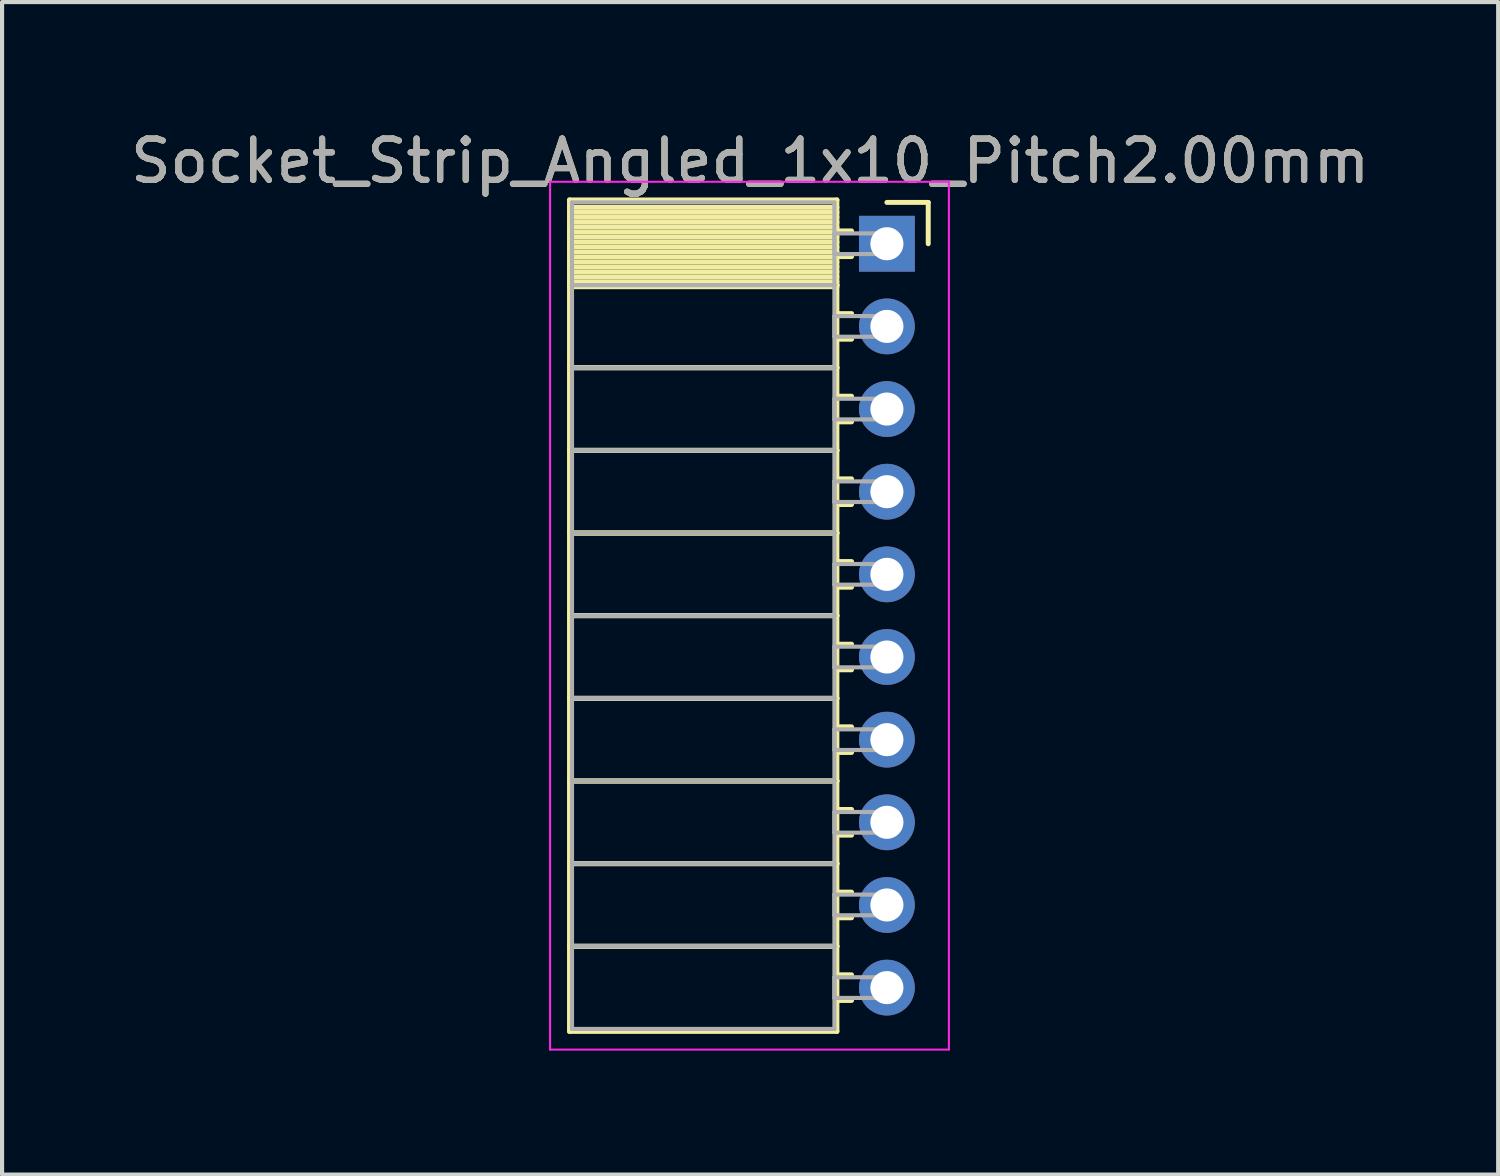
<source format=kicad_pcb>
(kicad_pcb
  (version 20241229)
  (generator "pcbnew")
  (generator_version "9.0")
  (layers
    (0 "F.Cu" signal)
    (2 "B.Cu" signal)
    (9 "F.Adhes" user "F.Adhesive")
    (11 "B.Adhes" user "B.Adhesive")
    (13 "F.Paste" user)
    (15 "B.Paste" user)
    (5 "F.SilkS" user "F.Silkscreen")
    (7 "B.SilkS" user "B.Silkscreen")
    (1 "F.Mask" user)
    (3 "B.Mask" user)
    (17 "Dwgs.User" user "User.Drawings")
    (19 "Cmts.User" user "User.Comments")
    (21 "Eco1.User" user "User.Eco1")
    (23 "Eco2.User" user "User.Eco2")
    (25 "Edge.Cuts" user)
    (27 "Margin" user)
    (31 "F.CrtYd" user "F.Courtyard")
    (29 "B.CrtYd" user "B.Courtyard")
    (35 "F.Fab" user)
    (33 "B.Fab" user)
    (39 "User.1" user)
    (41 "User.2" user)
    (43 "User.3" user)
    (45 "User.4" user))
  (footprint "Socket_Strip_Angled_1x10_Pitch2.00mm"
    (layer "F.Cu")
    (at 18.411 2.848)
    (property "Reference" "Socket_Strip_Angled_1x10_Pitch2.00mm" (at -3.31 -2 0) (layer "F.SilkS") (effects (font (size 1 1) (thickness 0.15))))
    (attr through_hole)
    (fp_line (start -7.68 -1.06) (end -1.21 -1.06) (stroke (width 0.12) (type solid)) (layer "F.SilkS"))
    (fp_line (start -7.68 1) (end -7.68 -1.06) (stroke (width 0.12) (type solid)) (layer "F.SilkS"))
    (fp_line (start -7.68 1) (end -1.21 1) (stroke (width 0.12) (type solid)) (layer "F.SilkS"))
    (fp_line (start -7.68 3) (end -7.68 1) (stroke (width 0.12) (type solid)) (layer "F.SilkS"))
    (fp_line (start -7.68 3) (end -1.21 3) (stroke (width 0.12) (type solid)) (layer "F.SilkS"))
    (fp_line (start -7.68 5) (end -7.68 3) (stroke (width 0.12) (type solid)) (layer "F.SilkS"))
    (fp_line (start -7.68 5) (end -1.21 5) (stroke (width 0.12) (type solid)) (layer "F.SilkS"))
    (fp_line (start -7.68 7) (end -7.68 5) (stroke (width 0.12) (type solid)) (layer "F.SilkS"))
    (fp_line (start -7.68 7) (end -1.21 7) (stroke (width 0.12) (type solid)) (layer "F.SilkS"))
    (fp_line (start -7.68 9) (end -7.68 7) (stroke (width 0.12) (type solid)) (layer "F.SilkS"))
    (fp_line (start -7.68 9) (end -1.21 9) (stroke (width 0.12) (type solid)) (layer "F.SilkS"))
    (fp_line (start -7.68 11) (end -7.68 9) (stroke (width 0.12) (type solid)) (layer "F.SilkS"))
    (fp_line (start -7.68 11) (end -1.21 11) (stroke (width 0.12) (type solid)) (layer "F.SilkS"))
    (fp_line (start -7.68 13) (end -7.68 11) (stroke (width 0.12) (type solid)) (layer "F.SilkS"))
    (fp_line (start -7.68 13) (end -1.21 13) (stroke (width 0.12) (type solid)) (layer "F.SilkS"))
    (fp_line (start -7.68 15) (end -7.68 13) (stroke (width 0.12) (type solid)) (layer "F.SilkS"))
    (fp_line (start -7.68 15) (end -1.21 15) (stroke (width 0.12) (type solid)) (layer "F.SilkS"))
    (fp_line (start -7.68 17) (end -7.68 15) (stroke (width 0.12) (type solid)) (layer "F.SilkS"))
    (fp_line (start -7.68 17) (end -1.21 17) (stroke (width 0.12) (type solid)) (layer "F.SilkS"))
    (fp_line (start -7.68 19.06) (end -7.68 17) (stroke (width 0.12) (type solid)) (layer "F.SilkS"))
    (fp_line (start -1.21 -1.06) (end -1.21 1) (stroke (width 0.12) (type solid)) (layer "F.SilkS"))
    (fp_line (start -1.21 -0.88) (end -7.68 -0.88) (stroke (width 0.12) (type solid)) (layer "F.SilkS"))
    (fp_line (start -1.21 -0.76) (end -7.68 -0.76) (stroke (width 0.12) (type solid)) (layer "F.SilkS"))
    (fp_line (start -1.21 -0.64) (end -7.68 -0.64) (stroke (width 0.12) (type solid)) (layer "F.SilkS"))
    (fp_line (start -1.21 -0.52) (end -7.68 -0.52) (stroke (width 0.12) (type solid)) (layer "F.SilkS"))
    (fp_line (start -1.21 -0.4) (end -7.68 -0.4) (stroke (width 0.12) (type solid)) (layer "F.SilkS"))
    (fp_line (start -1.21 -0.28) (end -7.68 -0.28) (stroke (width 0.12) (type solid)) (layer "F.SilkS"))
    (fp_line (start -1.21 -0.16) (end -7.68 -0.16) (stroke (width 0.12) (type solid)) (layer "F.SilkS"))
    (fp_line (start -1.21 -0.04) (end -7.68 -0.04) (stroke (width 0.12) (type solid)) (layer "F.SilkS"))
    (fp_line (start -1.21 0.08) (end -7.68 0.08) (stroke (width 0.12) (type solid)) (layer "F.SilkS"))
    (fp_line (start -1.21 0.2) (end -7.68 0.2) (stroke (width 0.12) (type solid)) (layer "F.SilkS"))
    (fp_line (start -1.21 0.32) (end -7.68 0.32) (stroke (width 0.12) (type solid)) (layer "F.SilkS"))
    (fp_line (start -1.21 0.44) (end -7.68 0.44) (stroke (width 0.12) (type solid)) (layer "F.SilkS"))
    (fp_line (start -1.21 0.56) (end -7.68 0.56) (stroke (width 0.12) (type solid)) (layer "F.SilkS"))
    (fp_line (start -1.21 0.68) (end -7.68 0.68) (stroke (width 0.12) (type solid)) (layer "F.SilkS"))
    (fp_line (start -1.21 0.8) (end -7.68 0.8) (stroke (width 0.12) (type solid)) (layer "F.SilkS"))
    (fp_line (start -1.21 0.92) (end -7.68 0.92) (stroke (width 0.12) (type solid)) (layer "F.SilkS"))
    (fp_line (start -1.21 1) (end -7.68 1) (stroke (width 0.12) (type solid)) (layer "F.SilkS"))
    (fp_line (start -1.21 1) (end -1.21 3) (stroke (width 0.12) (type solid)) (layer "F.SilkS"))
    (fp_line (start -1.21 1.04) (end -7.68 1.04) (stroke (width 0.12) (type solid)) (layer "F.SilkS"))
    (fp_line (start -1.21 3) (end -7.68 3) (stroke (width 0.12) (type solid)) (layer "F.SilkS"))
    (fp_line (start -1.21 3) (end -1.21 5) (stroke (width 0.12) (type solid)) (layer "F.SilkS"))
    (fp_line (start -1.21 5) (end -7.68 5) (stroke (width 0.12) (type solid)) (layer "F.SilkS"))
    (fp_line (start -1.21 5) (end -1.21 7) (stroke (width 0.12) (type solid)) (layer "F.SilkS"))
    (fp_line (start -1.21 7) (end -7.68 7) (stroke (width 0.12) (type solid)) (layer "F.SilkS"))
    (fp_line (start -1.21 7) (end -1.21 9) (stroke (width 0.12) (type solid)) (layer "F.SilkS"))
    (fp_line (start -1.21 9) (end -7.68 9) (stroke (width 0.12) (type solid)) (layer "F.SilkS"))
    (fp_line (start -1.21 9) (end -1.21 11) (stroke (width 0.12) (type solid)) (layer "F.SilkS"))
    (fp_line (start -1.21 11) (end -7.68 11) (stroke (width 0.12) (type solid)) (layer "F.SilkS"))
    (fp_line (start -1.21 11) (end -1.21 13) (stroke (width 0.12) (type solid)) (layer "F.SilkS"))
    (fp_line (start -1.21 13) (end -7.68 13) (stroke (width 0.12) (type solid)) (layer "F.SilkS"))
    (fp_line (start -1.21 13) (end -1.21 15) (stroke (width 0.12) (type solid)) (layer "F.SilkS"))
    (fp_line (start -1.21 15) (end -7.68 15) (stroke (width 0.12) (type solid)) (layer "F.SilkS"))
    (fp_line (start -1.21 15) (end -1.21 17) (stroke (width 0.12) (type solid)) (layer "F.SilkS"))
    (fp_line (start -1.21 17) (end -7.68 17) (stroke (width 0.12) (type solid)) (layer "F.SilkS"))
    (fp_line (start -1.21 17) (end -1.21 19.06) (stroke (width 0.12) (type solid)) (layer "F.SilkS"))
    (fp_line (start -1.21 19.06) (end -7.68 19.06) (stroke (width 0.12) (type solid)) (layer "F.SilkS"))
    (fp_line (start -0.855 -0.31) (end -1.21 -0.31) (stroke (width 0.12) (type solid)) (layer "F.SilkS"))
    (fp_line (start -0.855 0.31) (end -1.21 0.31) (stroke (width 0.12) (type solid)) (layer "F.SilkS"))
    (fp_line (start -0.855 1.69) (end -1.21 1.69) (stroke (width 0.12) (type solid)) (layer "F.SilkS"))
    (fp_line (start -0.855 2.31) (end -1.21 2.31) (stroke (width 0.12) (type solid)) (layer "F.SilkS"))
    (fp_line (start -0.855 3.69) (end -1.21 3.69) (stroke (width 0.12) (type solid)) (layer "F.SilkS"))
    (fp_line (start -0.855 4.31) (end -1.21 4.31) (stroke (width 0.12) (type solid)) (layer "F.SilkS"))
    (fp_line (start -0.855 5.69) (end -1.21 5.69) (stroke (width 0.12) (type solid)) (layer "F.SilkS"))
    (fp_line (start -0.855 6.31) (end -1.21 6.31) (stroke (width 0.12) (type solid)) (layer "F.SilkS"))
    (fp_line (start -0.855 7.69) (end -1.21 7.69) (stroke (width 0.12) (type solid)) (layer "F.SilkS"))
    (fp_line (start -0.855 8.31) (end -1.21 8.31) (stroke (width 0.12) (type solid)) (layer "F.SilkS"))
    (fp_line (start -0.855 9.69) (end -1.21 9.69) (stroke (width 0.12) (type solid)) (layer "F.SilkS"))
    (fp_line (start -0.855 10.31) (end -1.21 10.31) (stroke (width 0.12) (type solid)) (layer "F.SilkS"))
    (fp_line (start -0.855 11.69) (end -1.21 11.69) (stroke (width 0.12) (type solid)) (layer "F.SilkS"))
    (fp_line (start -0.855 12.31) (end -1.21 12.31) (stroke (width 0.12) (type solid)) (layer "F.SilkS"))
    (fp_line (start -0.855 13.69) (end -1.21 13.69) (stroke (width 0.12) (type solid)) (layer "F.SilkS"))
    (fp_line (start -0.855 14.31) (end -1.21 14.31) (stroke (width 0.12) (type solid)) (layer "F.SilkS"))
    (fp_line (start -0.855 15.69) (end -1.21 15.69) (stroke (width 0.12) (type solid)) (layer "F.SilkS"))
    (fp_line (start -0.855 16.31) (end -1.21 16.31) (stroke (width 0.12) (type solid)) (layer "F.SilkS"))
    (fp_line (start -0.855 17.69) (end -1.21 17.69) (stroke (width 0.12) (type solid)) (layer "F.SilkS"))
    (fp_line (start -0.855 18.31) (end -1.21 18.31) (stroke (width 0.12) (type solid)) (layer "F.SilkS"))
    (fp_line (start 0 -1) (end 1 -1) (stroke (width 0.12) (type solid)) (layer "F.SilkS"))
    (fp_line (start 1 -1) (end 1 0) (stroke (width 0.12) (type solid)) (layer "F.SilkS"))
    (fp_line (start -8.15 -1.5) (end 1.5 -1.5) (stroke (width 0.05) (type solid)) (layer "F.CrtYd"))
    (fp_line (start -8.15 19.5) (end -8.15 -1.5) (stroke (width 0.05) (type solid)) (layer "F.CrtYd"))
    (fp_line (start 1.5 -1.5) (end 1.5 19.5) (stroke (width 0.05) (type solid)) (layer "F.CrtYd"))
    (fp_line (start 1.5 19.5) (end -8.15 19.5) (stroke (width 0.05) (type solid)) (layer "F.CrtYd"))
    (fp_line (start -7.62 -1) (end -1.27 -1) (stroke (width 0.1) (type solid)) (layer "F.Fab"))
    (fp_line (start -7.62 1) (end -7.62 -1) (stroke (width 0.1) (type solid)) (layer "F.Fab"))
    (fp_line (start -7.62 1) (end -1.27 1) (stroke (width 0.1) (type solid)) (layer "F.Fab"))
    (fp_line (start -7.62 3) (end -7.62 1) (stroke (width 0.1) (type solid)) (layer "F.Fab"))
    (fp_line (start -7.62 3) (end -1.27 3) (stroke (width 0.1) (type solid)) (layer "F.Fab"))
    (fp_line (start -7.62 5) (end -7.62 3) (stroke (width 0.1) (type solid)) (layer "F.Fab"))
    (fp_line (start -7.62 5) (end -1.27 5) (stroke (width 0.1) (type solid)) (layer "F.Fab"))
    (fp_line (start -7.62 7) (end -7.62 5) (stroke (width 0.1) (type solid)) (layer "F.Fab"))
    (fp_line (start -7.62 7) (end -1.27 7) (stroke (width 0.1) (type solid)) (layer "F.Fab"))
    (fp_line (start -7.62 9) (end -7.62 7) (stroke (width 0.1) (type solid)) (layer "F.Fab"))
    (fp_line (start -7.62 9) (end -1.27 9) (stroke (width 0.1) (type solid)) (layer "F.Fab"))
    (fp_line (start -7.62 11) (end -7.62 9) (stroke (width 0.1) (type solid)) (layer "F.Fab"))
    (fp_line (start -7.62 11) (end -1.27 11) (stroke (width 0.1) (type solid)) (layer "F.Fab"))
    (fp_line (start -7.62 13) (end -7.62 11) (stroke (width 0.1) (type solid)) (layer "F.Fab"))
    (fp_line (start -7.62 13) (end -1.27 13) (stroke (width 0.1) (type solid)) (layer "F.Fab"))
    (fp_line (start -7.62 15) (end -7.62 13) (stroke (width 0.1) (type solid)) (layer "F.Fab"))
    (fp_line (start -7.62 15) (end -1.27 15) (stroke (width 0.1) (type solid)) (layer "F.Fab"))
    (fp_line (start -7.62 17) (end -7.62 15) (stroke (width 0.1) (type solid)) (layer "F.Fab"))
    (fp_line (start -7.62 17) (end -1.27 17) (stroke (width 0.1) (type solid)) (layer "F.Fab"))
    (fp_line (start -7.62 19) (end -7.62 17) (stroke (width 0.1) (type solid)) (layer "F.Fab"))
    (fp_line (start -1.27 -1) (end -1.27 1) (stroke (width 0.1) (type solid)) (layer "F.Fab"))
    (fp_line (start -1.27 -0.25) (end 0 -0.25) (stroke (width 0.1) (type solid)) (layer "F.Fab"))
    (fp_line (start -1.27 0.25) (end -1.27 -0.25) (stroke (width 0.1) (type solid)) (layer "F.Fab"))
    (fp_line (start -1.27 1) (end -7.62 1) (stroke (width 0.1) (type solid)) (layer "F.Fab"))
    (fp_line (start -1.27 1) (end -1.27 3) (stroke (width 0.1) (type solid)) (layer "F.Fab"))
    (fp_line (start -1.27 1.75) (end 0 1.75) (stroke (width 0.1) (type solid)) (layer "F.Fab"))
    (fp_line (start -1.27 2.25) (end -1.27 1.75) (stroke (width 0.1) (type solid)) (layer "F.Fab"))
    (fp_line (start -1.27 3) (end -7.62 3) (stroke (width 0.1) (type solid)) (layer "F.Fab"))
    (fp_line (start -1.27 3) (end -1.27 5) (stroke (width 0.1) (type solid)) (layer "F.Fab"))
    (fp_line (start -1.27 3.75) (end 0 3.75) (stroke (width 0.1) (type solid)) (layer "F.Fab"))
    (fp_line (start -1.27 4.25) (end -1.27 3.75) (stroke (width 0.1) (type solid)) (layer "F.Fab"))
    (fp_line (start -1.27 5) (end -7.62 5) (stroke (width 0.1) (type solid)) (layer "F.Fab"))
    (fp_line (start -1.27 5) (end -1.27 7) (stroke (width 0.1) (type solid)) (layer "F.Fab"))
    (fp_line (start -1.27 5.75) (end 0 5.75) (stroke (width 0.1) (type solid)) (layer "F.Fab"))
    (fp_line (start -1.27 6.25) (end -1.27 5.75) (stroke (width 0.1) (type solid)) (layer "F.Fab"))
    (fp_line (start -1.27 7) (end -7.62 7) (stroke (width 0.1) (type solid)) (layer "F.Fab"))
    (fp_line (start -1.27 7) (end -1.27 9) (stroke (width 0.1) (type solid)) (layer "F.Fab"))
    (fp_line (start -1.27 7.75) (end 0 7.75) (stroke (width 0.1) (type solid)) (layer "F.Fab"))
    (fp_line (start -1.27 8.25) (end -1.27 7.75) (stroke (width 0.1) (type solid)) (layer "F.Fab"))
    (fp_line (start -1.27 9) (end -7.62 9) (stroke (width 0.1) (type solid)) (layer "F.Fab"))
    (fp_line (start -1.27 9) (end -1.27 11) (stroke (width 0.1) (type solid)) (layer "F.Fab"))
    (fp_line (start -1.27 9.75) (end 0 9.75) (stroke (width 0.1) (type solid)) (layer "F.Fab"))
    (fp_line (start -1.27 10.25) (end -1.27 9.75) (stroke (width 0.1) (type solid)) (layer "F.Fab"))
    (fp_line (start -1.27 11) (end -7.62 11) (stroke (width 0.1) (type solid)) (layer "F.Fab"))
    (fp_line (start -1.27 11) (end -1.27 13) (stroke (width 0.1) (type solid)) (layer "F.Fab"))
    (fp_line (start -1.27 11.75) (end 0 11.75) (stroke (width 0.1) (type solid)) (layer "F.Fab"))
    (fp_line (start -1.27 12.25) (end -1.27 11.75) (stroke (width 0.1) (type solid)) (layer "F.Fab"))
    (fp_line (start -1.27 13) (end -7.62 13) (stroke (width 0.1) (type solid)) (layer "F.Fab"))
    (fp_line (start -1.27 13) (end -1.27 15) (stroke (width 0.1) (type solid)) (layer "F.Fab"))
    (fp_line (start -1.27 13.75) (end 0 13.75) (stroke (width 0.1) (type solid)) (layer "F.Fab"))
    (fp_line (start -1.27 14.25) (end -1.27 13.75) (stroke (width 0.1) (type solid)) (layer "F.Fab"))
    (fp_line (start -1.27 15) (end -7.62 15) (stroke (width 0.1) (type solid)) (layer "F.Fab"))
    (fp_line (start -1.27 15) (end -1.27 17) (stroke (width 0.1) (type solid)) (layer "F.Fab"))
    (fp_line (start -1.27 15.75) (end 0 15.75) (stroke (width 0.1) (type solid)) (layer "F.Fab"))
    (fp_line (start -1.27 16.25) (end -1.27 15.75) (stroke (width 0.1) (type solid)) (layer "F.Fab"))
    (fp_line (start -1.27 17) (end -7.62 17) (stroke (width 0.1) (type solid)) (layer "F.Fab"))
    (fp_line (start -1.27 17) (end -1.27 19) (stroke (width 0.1) (type solid)) (layer "F.Fab"))
    (fp_line (start -1.27 17.75) (end 0 17.75) (stroke (width 0.1) (type solid)) (layer "F.Fab"))
    (fp_line (start -1.27 18.25) (end -1.27 17.75) (stroke (width 0.1) (type solid)) (layer "F.Fab"))
    (fp_line (start -1.27 19) (end -7.62 19) (stroke (width 0.1) (type solid)) (layer "F.Fab"))
    (fp_line (start 0 -0.25) (end 0 0.25) (stroke (width 0.1) (type solid)) (layer "F.Fab"))
    (fp_line (start 0 0.25) (end -1.27 0.25) (stroke (width 0.1) (type solid)) (layer "F.Fab"))
    (fp_line (start 0 1.75) (end 0 2.25) (stroke (width 0.1) (type solid)) (layer "F.Fab"))
    (fp_line (start 0 2.25) (end -1.27 2.25) (stroke (width 0.1) (type solid)) (layer "F.Fab"))
    (fp_line (start 0 3.75) (end 0 4.25) (stroke (width 0.1) (type solid)) (layer "F.Fab"))
    (fp_line (start 0 4.25) (end -1.27 4.25) (stroke (width 0.1) (type solid)) (layer "F.Fab"))
    (fp_line (start 0 5.75) (end 0 6.25) (stroke (width 0.1) (type solid)) (layer "F.Fab"))
    (fp_line (start 0 6.25) (end -1.27 6.25) (stroke (width 0.1) (type solid)) (layer "F.Fab"))
    (fp_line (start 0 7.75) (end 0 8.25) (stroke (width 0.1) (type solid)) (layer "F.Fab"))
    (fp_line (start 0 8.25) (end -1.27 8.25) (stroke (width 0.1) (type solid)) (layer "F.Fab"))
    (fp_line (start 0 9.75) (end 0 10.25) (stroke (width 0.1) (type solid)) (layer "F.Fab"))
    (fp_line (start 0 10.25) (end -1.27 10.25) (stroke (width 0.1) (type solid)) (layer "F.Fab"))
    (fp_line (start 0 11.75) (end 0 12.25) (stroke (width 0.1) (type solid)) (layer "F.Fab"))
    (fp_line (start 0 12.25) (end -1.27 12.25) (stroke (width 0.1) (type solid)) (layer "F.Fab"))
    (fp_line (start 0 13.75) (end 0 14.25) (stroke (width 0.1) (type solid)) (layer "F.Fab"))
    (fp_line (start 0 14.25) (end -1.27 14.25) (stroke (width 0.1) (type solid)) (layer "F.Fab"))
    (fp_line (start 0 15.75) (end 0 16.25) (stroke (width 0.1) (type solid)) (layer "F.Fab"))
    (fp_line (start 0 16.25) (end -1.27 16.25) (stroke (width 0.1) (type solid)) (layer "F.Fab"))
    (fp_line (start 0 17.75) (end 0 18.25) (stroke (width 0.1) (type solid)) (layer "F.Fab"))
    (fp_line (start 0 18.25) (end -1.27 18.25) (stroke (width 0.1) (type solid)) (layer "F.Fab"))
    (fp_text user "${REFERENCE}" (at -3.31 -2 0) (layer "F.Fab") (effects (font (size 1 1) (thickness 0.15))))
    (pad "1" thru_hole rect (at 0 0) (size 1.35 1.35) (drill 0.8) (layers "*.Cu" "*.Mask"))
    (pad "2" thru_hole oval (at 0 2) (size 1.35 1.35) (drill 0.8) (layers "*.Cu" "*.Mask"))
    (pad "3" thru_hole oval (at 0 4) (size 1.35 1.35) (drill 0.8) (layers "*.Cu" "*.Mask"))
    (pad "4" thru_hole oval (at 0 6) (size 1.35 1.35) (drill 0.8) (layers "*.Cu" "*.Mask"))
    (pad "5" thru_hole oval (at 0 8) (size 1.35 1.35) (drill 0.8) (layers "*.Cu" "*.Mask"))
    (pad "6" thru_hole oval (at 0 10) (size 1.35 1.35) (drill 0.8) (layers "*.Cu" "*.Mask"))
    (pad "7" thru_hole oval (at 0 12) (size 1.35 1.35) (drill 0.8) (layers "*.Cu" "*.Mask"))
    (pad "8" thru_hole oval (at 0 14) (size 1.35 1.35) (drill 0.8) (layers "*.Cu" "*.Mask"))
    (pad "9" thru_hole oval (at 0 16) (size 1.35 1.35) (drill 0.8) (layers "*.Cu" "*.Mask"))
    (pad "10" thru_hole oval (at 0 18) (size 1.35 1.35) (drill 0.8) (layers "*.Cu" "*.Mask")))
  (gr_rect
    (start -3 -3)
    (end 33.202 25.373)
    (stroke (width 0.1) (type default))
    (fill no)
    (layer "Edge.Cuts")))
</source>
